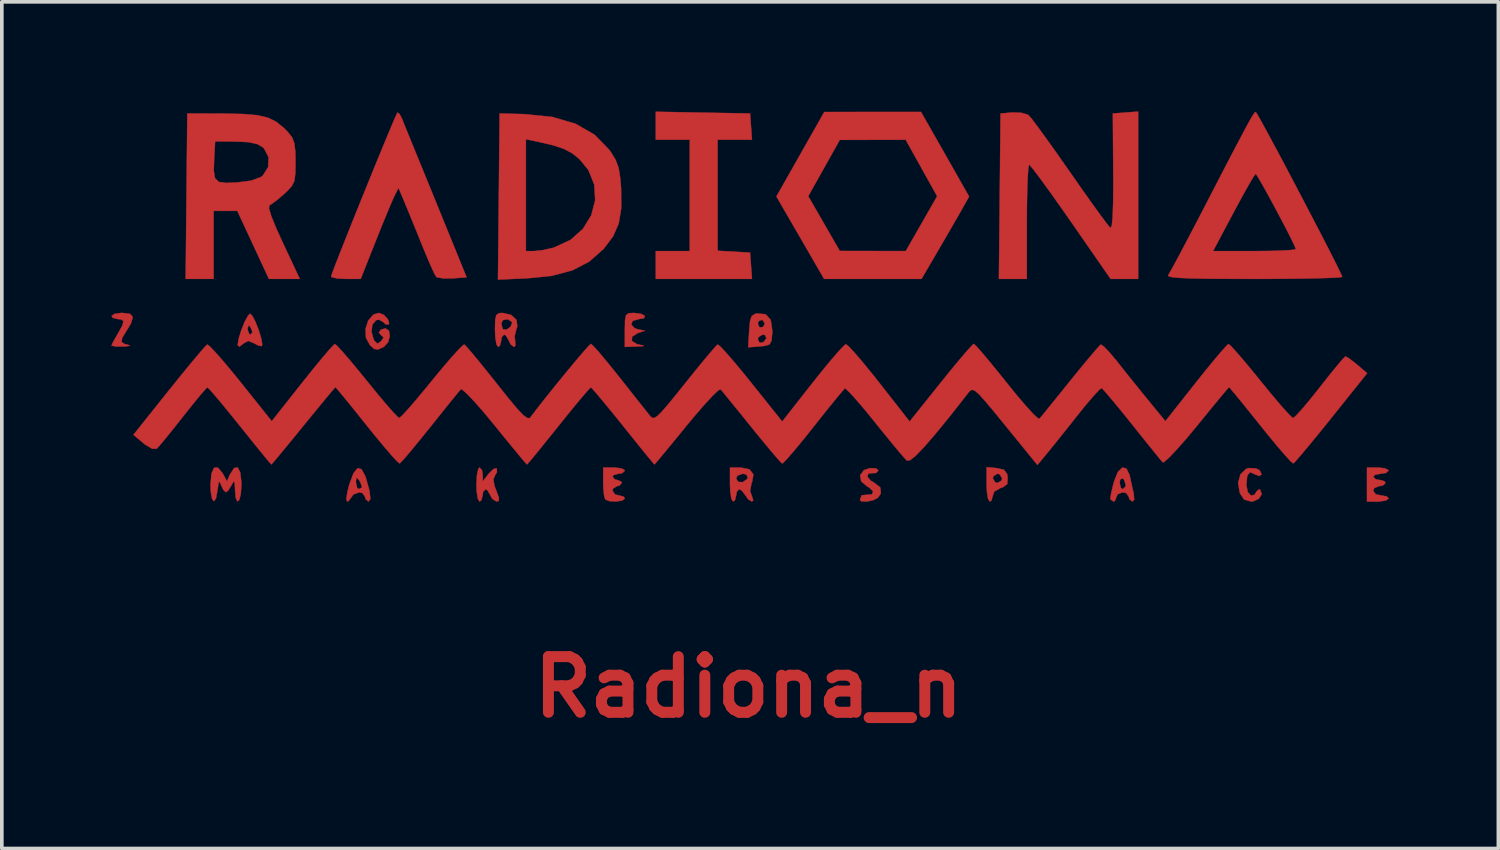
<source format=kicad_pcb>
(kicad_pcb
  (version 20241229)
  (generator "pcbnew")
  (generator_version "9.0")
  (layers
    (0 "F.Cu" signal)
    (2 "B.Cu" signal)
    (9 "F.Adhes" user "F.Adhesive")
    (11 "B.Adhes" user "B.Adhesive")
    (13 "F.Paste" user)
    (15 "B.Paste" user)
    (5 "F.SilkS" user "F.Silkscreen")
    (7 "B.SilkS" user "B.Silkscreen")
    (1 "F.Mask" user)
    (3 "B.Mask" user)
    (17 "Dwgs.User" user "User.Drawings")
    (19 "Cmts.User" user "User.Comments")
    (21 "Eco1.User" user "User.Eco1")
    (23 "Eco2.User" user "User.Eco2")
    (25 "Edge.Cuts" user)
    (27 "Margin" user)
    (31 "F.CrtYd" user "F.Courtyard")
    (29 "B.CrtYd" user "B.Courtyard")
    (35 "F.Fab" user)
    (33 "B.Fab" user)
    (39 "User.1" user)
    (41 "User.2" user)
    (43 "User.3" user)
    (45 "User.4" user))
  (footprint "Radiona_n"
    (layer "F.Cu")
    (at 17.446 5.264)
    (property "Reference" "Radiona_n" (at 0 10.5 0) (layer "F.Cu") (effects (font (size 1.524 1.524) (thickness 0.3))))
    (attr through_hole)
    (fp_poly (pts (xy -1.249 -5.23) (xy 0.042 -5.207) (xy 0.094 -4.487) (xy -0.847 -4.487) (xy -0.847 -1.448) (xy -0.402 -1.423) (xy 0.042 -1.397) (xy 0.094 -0.677) (xy -2.54 -0.677) (xy -2.54 -1.439) (xy -1.609 -1.439) (xy -1.609 -4.487) (xy -2.54 -4.487) (xy -2.54 -5.254) (xy -1.249 -5.23)) (stroke (width 0.01) (type solid)) (fill yes) (layer "F.Cu"))
    (fp_poly (pts (xy -2.942 0.28) (xy -2.836 0.339) (xy -2.866 0.401) (xy -3.001 0.423) (xy -3.172 0.471) (xy -3.213 0.573) (xy -3.118 0.674) (xy -3.027 0.703) (xy -2.836 0.741) (xy -3.027 0.803) (xy -3.188 0.904) (xy -3.196 1.021) (xy -3.055 1.11) (xy -2.985 1.125) (xy -2.865 1.148) (xy -2.899 1.163) (xy -3.069 1.173) (xy -3.387 1.185) (xy -3.387 0.72) (xy -3.382 0.453) (xy -3.354 0.315) (xy -3.28 0.262) (xy -3.138 0.254) (xy -3.138 0.254) (xy -2.942 0.28)) (stroke (width 0.01) (type solid)) (fill yes) (layer "F.Cu"))
    (fp_poly (pts (xy 3.493 4.512) (xy 3.556 4.57) (xy 3.489 4.638) (xy 3.417 4.639) (xy 3.277 4.655) (xy 3.256 4.742) (xy 3.352 4.852) (xy 3.427 4.894) (xy 3.606 5.031) (xy 3.623 5.196) (xy 3.539 5.317) (xy 3.414 5.382) (xy 3.243 5.417) (xy 3.097 5.415) (xy 3.048 5.376) (xy 3.1 5.246) (xy 3.231 5.234) (xy 3.384 5.221) (xy 3.409 5.138) (xy 3.3 5.032) (xy 3.251 5.007) (xy 3.085 4.867) (xy 3.056 4.7) (xy 3.158 4.559) (xy 3.323 4.503) (xy 3.493 4.512)) (stroke (width 0.01) (type solid)) (fill yes) (layer "F.Cu"))
    (fp_poly (pts (xy 13.898 4.514) (xy 13.995 4.563) (xy 14.048 4.674) (xy 13.984 4.722) (xy 13.858 4.669) (xy 13.73 4.614) (xy 13.655 4.711) (xy 13.631 4.966) (xy 13.631 4.967) (xy 13.669 5.16) (xy 13.758 5.256) (xy 13.858 5.232) (xy 13.909 5.144) (xy 13.98 5.082) (xy 14.011 5.098) (xy 14.051 5.221) (xy 13.97 5.344) (xy 13.809 5.415) (xy 13.759 5.419) (xy 13.568 5.363) (xy 13.452 5.186) (xy 13.405 4.909) (xy 13.469 4.672) (xy 13.626 4.524) (xy 13.706 4.501) (xy 13.898 4.514)) (stroke (width 0.01) (type solid)) (fill yes) (layer "F.Cu"))
    (fp_poly (pts (xy 17.426 4.509) (xy 17.523 4.561) (xy 17.526 4.572) (xy 17.454 4.636) (xy 17.314 4.657) (xy 17.155 4.686) (xy 17.103 4.741) (xy 17.174 4.81) (xy 17.272 4.826) (xy 17.41 4.861) (xy 17.441 4.911) (xy 17.37 4.979) (xy 17.272 4.995) (xy 17.134 5.048) (xy 17.103 5.122) (xy 17.176 5.224) (xy 17.314 5.249) (xy 17.473 5.278) (xy 17.526 5.334) (xy 17.452 5.39) (xy 17.269 5.418) (xy 17.23 5.419) (xy 16.933 5.419) (xy 16.933 4.487) (xy 17.23 4.487) (xy 17.426 4.509)) (stroke (width 0.01) (type solid)) (fill yes) (layer "F.Cu"))
    (fp_poly (pts (xy -16.934 0.28) (xy -16.859 0.37) (xy -16.912 0.545) (xy -17.018 0.72) (xy -17.147 0.931) (xy -17.171 1.046) (xy -17.089 1.104) (xy -16.997 1.126) (xy -16.934 1.151) (xy -17.034 1.169) (xy -17.124 1.174) (xy -17.328 1.172) (xy -17.436 1.152) (xy -17.441 1.145) (xy -17.401 1.054) (xy -17.302 0.878) (xy -17.272 0.828) (xy -17.144 0.599) (xy -17.116 0.476) (xy -17.187 0.429) (xy -17.272 0.423) (xy -17.41 0.388) (xy -17.441 0.339) (xy -17.367 0.283) (xy -17.184 0.255) (xy -17.145 0.254) (xy -16.934 0.28)) (stroke (width 0.01) (type solid)) (fill yes) (layer "F.Cu"))
    (fp_poly (pts (xy 6.795 4.503) (xy 6.992 4.548) (xy 7.078 4.66) (xy 7.096 4.76) (xy 7.084 4.94) (xy 6.962 5.028) (xy 6.906 5.044) (xy 6.729 5.145) (xy 6.689 5.259) (xy 6.651 5.391) (xy 6.604 5.419) (xy 6.558 5.342) (xy 6.527 5.144) (xy 6.519 4.948) (xy 6.519 4.784) (xy 6.689 4.784) (xy 6.756 4.896) (xy 6.816 4.911) (xy 6.928 4.843) (xy 6.943 4.784) (xy 6.875 4.671) (xy 6.816 4.657) (xy 6.703 4.724) (xy 6.689 4.784) (xy 6.519 4.784) (xy 6.519 4.477) (xy 6.795 4.503)) (stroke (width 0.01) (type solid)) (fill yes) (layer "F.Cu"))
    (fp_poly (pts (xy 5.381 -4.091) (xy 6.039 -2.932) (xy 5.845 -2.588) (xy 5.718 -2.366) (xy 5.535 -2.048) (xy 5.324 -1.685) (xy 5.193 -1.46) (xy 4.736 -0.677) (xy 2.069 -0.677) (xy 0.763 -2.934) (xy 0.768 -2.942) (xy 1.634 -2.942) (xy 2.066 -2.192) (xy 2.498 -1.443) (xy 3.401 -1.441) (xy 4.305 -1.439) (xy 4.735 -2.19) (xy 5.164 -2.941) (xy 4.734 -3.714) (xy 4.304 -4.487) (xy 3.401 -4.485) (xy 2.498 -4.483) (xy 2.066 -3.713) (xy 1.634 -2.942) (xy 0.768 -2.942) (xy 2.074 -5.248) (xy 3.398 -5.249) (xy 4.722 -5.249) (xy 5.381 -4.091)) (stroke (width 0.01) (type solid)) (fill yes) (layer "F.Cu"))
    (fp_poly (pts (xy -13.587 0.332) (xy -13.501 0.499) (xy -13.414 0.72) (xy -13.346 0.942) (xy -13.316 1.11) (xy -13.327 1.163) (xy -13.415 1.15) (xy -13.536 1.087) (xy -13.695 1.021) (xy -13.812 1.078) (xy -13.815 1.082) (xy -13.942 1.179) (xy -13.989 1.133) (xy -13.956 0.942) (xy -13.895 0.746) (xy -13.885 0.72) (xy -13.716 0.72) (xy -13.672 0.832) (xy -13.634 0.847) (xy -13.587 0.785) (xy -13.601 0.72) (xy -13.661 0.608) (xy -13.683 0.593) (xy -13.712 0.662) (xy -13.716 0.72) (xy -13.885 0.72) (xy -13.796 0.496) (xy -13.7 0.323) (xy -13.651 0.275) (xy -13.587 0.332)) (stroke (width 0.01) (type solid)) (fill yes) (layer "F.Cu"))
    (fp_poly (pts (xy -7.299 4.559) (xy -7.279 4.678) (xy -7.278 4.868) (xy -7.116 4.658) (xy -6.988 4.53) (xy -6.898 4.505) (xy -6.894 4.508) (xy -6.889 4.613) (xy -6.935 4.69) (xy -6.988 4.814) (xy -6.955 4.995) (xy -6.909 5.115) (xy -6.836 5.314) (xy -6.838 5.401) (xy -6.899 5.419) (xy -7.016 5.348) (xy -7.07 5.249) (xy -7.146 5.113) (xy -7.202 5.08) (xy -7.267 5.151) (xy -7.281 5.249) (xy -7.317 5.387) (xy -7.366 5.419) (xy -7.412 5.342) (xy -7.443 5.145) (xy -7.451 4.953) (xy -7.437 4.698) (xy -7.401 4.529) (xy -7.366 4.487) (xy -7.299 4.559)) (stroke (width 0.01) (type solid)) (fill yes) (layer "F.Cu"))
    (fp_poly (pts (xy -3.487 4.509) (xy -3.389 4.561) (xy -3.387 4.572) (xy -3.458 4.641) (xy -3.556 4.657) (xy -3.694 4.692) (xy -3.725 4.741) (xy -3.657 4.816) (xy -3.598 4.826) (xy -3.486 4.872) (xy -3.471 4.911) (xy -3.54 4.986) (xy -3.598 4.995) (xy -3.711 5.063) (xy -3.725 5.122) (xy -3.655 5.226) (xy -3.556 5.249) (xy -3.418 5.285) (xy -3.387 5.334) (xy -3.458 5.391) (xy -3.621 5.417) (xy -3.801 5.409) (xy -3.923 5.363) (xy -3.923 5.362) (xy -3.956 5.251) (xy -3.976 5.032) (xy -3.979 4.897) (xy -3.979 4.487) (xy -3.683 4.487) (xy -3.487 4.509)) (stroke (width 0.01) (type solid)) (fill yes) (layer "F.Cu"))
    (fp_poly (pts (xy -10.596 4.534) (xy -10.489 4.733) (xy -10.385 5.101) (xy -10.376 5.144) (xy -10.355 5.35) (xy -10.407 5.419) (xy -10.488 5.35) (xy -10.499 5.292) (xy -10.569 5.187) (xy -10.659 5.165) (xy -10.817 5.224) (xy -10.868 5.292) (xy -10.951 5.404) (xy -10.993 5.419) (xy -11.012 5.346) (xy -10.984 5.157) (xy -10.932 4.953) (xy -10.908 4.889) (xy -10.751 4.889) (xy -10.721 5.038) (xy -10.668 5.08) (xy -10.587 5.031) (xy -10.585 5.016) (xy -10.627 4.898) (xy -10.668 4.826) (xy -10.73 4.76) (xy -10.75 4.844) (xy -10.751 4.889) (xy -10.908 4.889) (xy -10.817 4.644) (xy -10.705 4.505) (xy -10.596 4.534)) (stroke (width 0.01) (type solid)) (fill yes) (layer "F.Cu"))
    (fp_poly (pts (xy 0.025 4.537) (xy 0.134 4.676) (xy 0.096 4.888) (xy 0.081 4.917) (xy 0.042 5.136) (xy 0.085 5.249) (xy 0.129 5.388) (xy 0.091 5.419) (xy -0.012 5.353) (xy -0.085 5.249) (xy -0.188 5.115) (xy -0.257 5.08) (xy -0.323 5.151) (xy -0.339 5.249) (xy -0.374 5.387) (xy -0.423 5.419) (xy -0.47 5.342) (xy -0.5 5.145) (xy -0.508 4.953) (xy -0.508 4.79) (xy -0.339 4.79) (xy -0.281 4.882) (xy -0.158 4.887) (xy -0.045 4.809) (xy -0.021 4.763) (xy -0.06 4.677) (xy -0.162 4.657) (xy -0.308 4.71) (xy -0.339 4.79) (xy -0.508 4.79) (xy -0.508 4.487) (xy -0.221 4.487) (xy 0.025 4.537)) (stroke (width 0.01) (type solid)) (fill yes) (layer "F.Cu"))
    (fp_poly (pts (xy -9.989 0.307) (xy -9.878 0.423) (xy -9.84 0.54) (xy -9.856 0.571) (xy -9.943 0.565) (xy -9.987 0.514) (xy -10.115 0.44) (xy -10.194 0.451) (xy -10.299 0.57) (xy -10.324 0.772) (xy -10.263 0.987) (xy -10.247 1.015) (xy -10.163 1.097) (xy -10.063 1.032) (xy -10.058 1.026) (xy -9.992 0.923) (xy -10.055 0.871) (xy -10.122 0.796) (xy -10.068 0.712) (xy -9.943 0.677) (xy -9.845 0.741) (xy -9.823 0.889) (xy -9.87 1.057) (xy -9.982 1.181) (xy -9.985 1.182) (xy -10.149 1.257) (xy -10.254 1.238) (xy -10.366 1.137) (xy -10.476 0.934) (xy -10.486 0.69) (xy -10.413 0.461) (xy -10.27 0.298) (xy -10.122 0.254) (xy -9.989 0.307)) (stroke (width 0.01) (type solid)) (fill yes) (layer "F.Cu"))
    (fp_poly (pts (xy 10.346 4.512) (xy 10.432 4.688) (xy 10.442 4.731) (xy 10.5 5) (xy 10.546 5.197) (xy 10.56 5.371) (xy 10.508 5.419) (xy 10.425 5.35) (xy 10.414 5.292) (xy 10.343 5.188) (xy 10.245 5.165) (xy 10.107 5.218) (xy 10.075 5.292) (xy 10.03 5.404) (xy 9.991 5.419) (xy 9.908 5.355) (xy 9.906 5.335) (xy 9.926 5.209) (xy 9.978 4.985) (xy 9.999 4.906) (xy 10.16 4.906) (xy 10.195 5.046) (xy 10.245 5.08) (xy 10.321 5.012) (xy 10.329 4.958) (xy 10.278 4.814) (xy 10.245 4.784) (xy 10.178 4.81) (xy 10.16 4.906) (xy 9.999 4.906) (xy 10.008 4.87) (xy 10.111 4.611) (xy 10.231 4.489) (xy 10.346 4.512)) (stroke (width 0.01) (type solid)) (fill yes) (layer "F.Cu"))
    (fp_poly (pts (xy -13.919 4.619) (xy -13.886 4.889) (xy -13.885 4.953) (xy -13.904 5.221) (xy -13.947 5.379) (xy -13.999 5.414) (xy -14.043 5.311) (xy -14.06 5.101) (xy -14.069 4.906) (xy -14.093 4.862) (xy -14.147 4.951) (xy -14.158 4.974) (xy -14.25 5.119) (xy -14.312 5.165) (xy -14.384 5.095) (xy -14.439 4.974) (xy -14.484 4.873) (xy -14.512 4.908) (xy -14.538 5.095) (xy -14.539 5.101) (xy -14.583 5.335) (xy -14.638 5.412) (xy -14.69 5.344) (xy -14.725 5.14) (xy -14.732 4.953) (xy -14.706 4.653) (xy -14.636 4.495) (xy -14.531 4.489) (xy -14.402 4.641) (xy -14.383 4.676) (xy -14.282 4.865) (xy -14.198 4.676) (xy -14.086 4.502) (xy -13.989 4.486) (xy -13.919 4.619)) (stroke (width 0.01) (type solid)) (fill yes) (layer "F.Cu"))
    (fp_poly (pts (xy 0.472 0.292) (xy 0.607 0.445) (xy 0.65 0.737) (xy 0.649 0.787) (xy 0.631 1.012) (xy 0.572 1.119) (xy 0.425 1.159) (xy 0.313 1.17) (xy -0.009 1.196) (xy 0.003 0.981) (xy 0.254 0.981) (xy 0.303 1.073) (xy 0.405 1.059) (xy 0.489 0.947) (xy 0.452 0.861) (xy 0.388 0.847) (xy 0.271 0.915) (xy 0.254 0.981) (xy 0.003 0.981) (xy 0.017 0.746) (xy 0.034 0.55) (xy 0.254 0.55) (xy 0.303 0.653) (xy 0.397 0.638) (xy 0.445 0.557) (xy 0.399 0.464) (xy 0.36 0.445) (xy 0.27 0.481) (xy 0.254 0.55) (xy 0.034 0.55) (xy 0.041 0.481) (xy 0.087 0.34) (xy 0.176 0.281) (xy 0.237 0.269) (xy 0.472 0.292)) (stroke (width 0.01) (type solid)) (fill yes) (layer "F.Cu"))
    (fp_poly (pts (xy -6.5 0.308) (xy -6.353 0.446) (xy -6.331 0.627) (xy -6.355 0.686) (xy -6.405 0.895) (xy -6.391 1.019) (xy -6.383 1.151) (xy -6.423 1.185) (xy -6.514 1.115) (xy -6.562 1.016) (xy -6.638 0.879) (xy -6.694 0.847) (xy -6.759 0.918) (xy -6.773 1.016) (xy -6.809 1.154) (xy -6.858 1.185) (xy -6.904 1.109) (xy -6.935 0.911) (xy -6.943 0.72) (xy -6.939 0.536) (xy -6.773 0.536) (xy -6.736 0.68) (xy -6.718 0.705) (xy -6.62 0.711) (xy -6.515 0.629) (xy -6.474 0.523) (xy -6.483 0.498) (xy -6.594 0.428) (xy -6.72 0.448) (xy -6.773 0.536) (xy -6.939 0.536) (xy -6.937 0.453) (xy -6.908 0.314) (xy -6.837 0.261) (xy -6.737 0.254) (xy -6.5 0.308)) (stroke (width 0.01) (type solid)) (fill yes) (layer "F.Cu"))
    (fp_poly (pts (xy 10.668 -0.677) (xy 9.914 -0.677) (xy 8.831 -2.24) (xy 8.515 -2.69) (xy 8.231 -3.09) (xy 7.991 -3.42) (xy 7.811 -3.659) (xy 7.704 -3.789) (xy 7.684 -3.806) (xy 7.663 -3.727) (xy 7.646 -3.505) (xy 7.632 -3.166) (xy 7.623 -2.737) (xy 7.62 -2.244) (xy 7.62 -0.677) (xy 6.855 -0.677) (xy 6.878 -2.942) (xy 6.9 -5.207) (xy 7.224 -5.234) (xy 7.466 -5.226) (xy 7.648 -5.174) (xy 7.668 -5.16) (xy 7.751 -5.063) (xy 7.913 -4.848) (xy 8.139 -4.538) (xy 8.412 -4.156) (xy 8.716 -3.723) (xy 8.808 -3.592) (xy 9.115 -3.152) (xy 9.393 -2.76) (xy 9.627 -2.436) (xy 9.801 -2.203) (xy 9.899 -2.082) (xy 9.912 -2.071) (xy 9.945 -2.131) (xy 9.969 -2.359) (xy 9.983 -2.752) (xy 9.988 -3.307) (xy 9.986 -3.612) (xy 9.975 -5.207) (xy 10.668 -5.259) (xy 10.668 -0.677)) (stroke (width 0.01) (type solid)) (fill yes) (layer "F.Cu"))
    (fp_poly (pts (xy -6.138 -5.189) (xy -5.374 -5.112) (xy -4.734 -4.924) (xy -4.214 -4.623) (xy -3.809 -4.207) (xy -3.773 -4.156) (xy -3.639 -3.936) (xy -3.557 -3.714) (xy -3.511 -3.428) (xy -3.489 -3.14) (xy -3.486 -2.611) (xy -3.555 -2.194) (xy -3.709 -1.841) (xy -3.964 -1.504) (xy -3.968 -1.499) (xy -4.359 -1.153) (xy -4.827 -0.91) (xy -5.396 -0.76) (xy -6.034 -0.696) (xy -6.861 -0.658) (xy -6.853 -1.439) (xy -6.096 -1.439) (xy -5.873 -1.439) (xy -5.642 -1.464) (xy -5.365 -1.525) (xy -5.322 -1.538) (xy -4.875 -1.745) (xy -4.533 -2.049) (xy -4.305 -2.422) (xy -4.199 -2.834) (xy -4.223 -3.256) (xy -4.386 -3.66) (xy -4.626 -3.954) (xy -4.825 -4.115) (xy -5.053 -4.237) (xy -5.354 -4.338) (xy -5.776 -4.435) (xy -5.821 -4.445) (xy -6.096 -4.501) (xy -6.096 -1.439) (xy -6.853 -1.439) (xy -6.838 -2.932) (xy -6.816 -5.207) (xy -6.138 -5.189)) (stroke (width 0.01) (type solid)) (fill yes) (layer "F.Cu"))
    (fp_poly (pts (xy -9.557 -5.196) (xy -9.492 -5.071) (xy -9.43 -4.915) (xy -9.319 -4.642) (xy -9.175 -4.289) (xy -9.014 -3.895) (xy -9.014 -3.895) (xy -8.818 -3.417) (xy -8.589 -2.855) (xy -8.356 -2.283) (xy -8.167 -1.82) (xy -7.72 -0.72) (xy -8.105 -0.693) (xy -8.35 -0.691) (xy -8.52 -0.717) (xy -8.554 -0.736) (xy -8.61 -0.839) (xy -8.713 -1.063) (xy -8.845 -1.374) (xy -8.959 -1.651) (xy -9.116 -2.041) (xy -9.267 -2.41) (xy -9.389 -2.706) (xy -9.442 -2.834) (xy -9.585 -3.17) (xy -9.691 -2.961) (xy -9.761 -2.805) (xy -9.878 -2.528) (xy -10.026 -2.169) (xy -10.188 -1.764) (xy -10.208 -1.714) (xy -10.62 -0.677) (xy -11.025 -0.677) (xy -11.261 -0.69) (xy -11.407 -0.722) (xy -11.43 -0.744) (xy -11.399 -0.838) (xy -11.314 -1.063) (xy -11.184 -1.396) (xy -11.019 -1.812) (xy -10.83 -2.286) (xy -10.626 -2.793) (xy -10.416 -3.31) (xy -10.212 -3.812) (xy -10.022 -4.274) (xy -9.857 -4.671) (xy -9.728 -4.979) (xy -9.642 -5.174) (xy -9.613 -5.232) (xy -9.557 -5.196)) (stroke (width 0.01) (type solid)) (fill yes) (layer "F.Cu"))
    (fp_poly (pts (xy -14.351 -5.203) (xy -13.834 -5.192) (xy -13.45 -5.159) (xy -13.162 -5.092) (xy -12.934 -4.981) (xy -12.729 -4.815) (xy -12.615 -4.7) (xy -12.5 -4.555) (xy -12.436 -4.392) (xy -12.409 -4.159) (xy -12.404 -3.881) (xy -12.409 -3.565) (xy -12.436 -3.362) (xy -12.506 -3.218) (xy -12.637 -3.076) (xy -12.707 -3.011) (xy -12.907 -2.84) (xy -13.067 -2.723) (xy -13.115 -2.698) (xy -13.132 -2.614) (xy -13.068 -2.396) (xy -12.922 -2.04) (xy -12.753 -1.67) (xy -12.287 -0.677) (xy -13.133 -0.677) (xy -13.998 -2.54) (xy -14.647 -2.54) (xy -14.647 -0.677) (xy -15.412 -0.677) (xy -15.39 -2.942) (xy -15.383 -3.644) (xy -14.643 -3.644) (xy -14.61 -3.435) (xy -14.505 -3.333) (xy -14.299 -3.305) (xy -14.016 -3.317) (xy -13.616 -3.368) (xy -13.358 -3.464) (xy -13.297 -3.509) (xy -13.153 -3.741) (xy -13.142 -4.009) (xy -13.266 -4.249) (xy -13.294 -4.277) (xy -13.453 -4.371) (xy -13.696 -4.422) (xy -14.035 -4.438) (xy -14.605 -4.445) (xy -14.631 -3.989) (xy -14.643 -3.644) (xy -15.383 -3.644) (xy -15.367 -5.207) (xy -14.351 -5.203)) (stroke (width 0.01) (type solid)) (fill yes) (layer "F.Cu"))
    (fp_poly (pts (xy 13.933 -5.177) (xy 14.046 -4.978) (xy 14.213 -4.672) (xy 14.422 -4.284) (xy 14.662 -3.835) (xy 14.919 -3.347) (xy 15.184 -2.843) (xy 15.443 -2.346) (xy 15.686 -1.878) (xy 15.9 -1.462) (xy 16.074 -1.119) (xy 16.195 -0.872) (xy 16.253 -0.744) (xy 16.256 -0.733) (xy 16.175 -0.719) (xy 15.946 -0.706) (xy 15.589 -0.695) (xy 15.127 -0.686) (xy 14.581 -0.68) (xy 13.971 -0.677) (xy 13.833 -0.677) (xy 13.108 -0.679) (xy 12.537 -0.683) (xy 12.107 -0.692) (xy 11.801 -0.705) (xy 11.606 -0.723) (xy 11.507 -0.747) (xy 11.489 -0.778) (xy 11.492 -0.783) (xy 11.554 -0.886) (xy 11.68 -1.117) (xy 11.853 -1.439) (xy 12.718 -1.439) (xy 13.852 -1.439) (xy 14.268 -1.443) (xy 14.615 -1.453) (xy 14.863 -1.469) (xy 14.981 -1.487) (xy 14.986 -1.492) (xy 14.949 -1.588) (xy 14.849 -1.795) (xy 14.704 -2.08) (xy 14.531 -2.408) (xy 14.35 -2.748) (xy 14.176 -3.066) (xy 14.029 -3.328) (xy 13.926 -3.502) (xy 13.885 -3.555) (xy 13.833 -3.484) (xy 13.717 -3.291) (xy 13.553 -3) (xy 13.357 -2.64) (xy 13.281 -2.497) (xy 12.718 -1.439) (xy 11.853 -1.439) (xy 11.86 -1.453) (xy 12.081 -1.872) (xy 12.33 -2.35) (xy 12.473 -2.625) (xy 12.837 -3.329) (xy 13.132 -3.897) (xy 13.364 -4.343) (xy 13.543 -4.681) (xy 13.674 -4.925) (xy 13.767 -5.089) (xy 13.828 -5.189) (xy 13.866 -5.237) (xy 13.886 -5.249) (xy 13.933 -5.177)) (stroke (width 0.01) (type solid)) (fill yes) (layer "F.Cu"))
    (fp_poly (pts (xy -4.245 1.164) (xy -4.091 1.336) (xy -3.876 1.593) (xy -3.619 1.911) (xy -3.547 2.001) (xy -3.273 2.348) (xy -3.027 2.659) (xy -2.833 2.903) (xy -2.716 3.051) (xy -2.704 3.065) (xy -2.65 3.121) (xy -2.588 3.132) (xy -2.503 3.084) (xy -2.376 2.96) (xy -2.19 2.744) (xy -1.927 2.421) (xy -1.739 2.186) (xy -1.451 1.828) (xy -1.198 1.52) (xy -1 1.285) (xy -0.876 1.146) (xy -0.845 1.118) (xy -0.774 1.173) (xy -0.618 1.339) (xy -0.395 1.595) (xy -0.125 1.92) (xy 0.069 2.161) (xy 0.922 3.228) (xy 1.752 2.171) (xy 2.04 1.811) (xy 2.295 1.503) (xy 2.498 1.27) (xy 2.63 1.135) (xy 2.667 1.111) (xy 2.745 1.173) (xy 2.907 1.348) (xy 3.133 1.612) (xy 3.402 1.942) (xy 3.581 2.168) (xy 4.411 3.228) (xy 5.262 2.164) (xy 5.552 1.805) (xy 5.807 1.498) (xy 6.007 1.265) (xy 6.134 1.128) (xy 6.167 1.101) (xy 6.236 1.164) (xy 6.39 1.338) (xy 6.611 1.601) (xy 6.879 1.93) (xy 7.064 2.161) (xy 7.351 2.515) (xy 7.603 2.81) (xy 7.802 3.027) (xy 7.929 3.143) (xy 7.963 3.156) (xy 8.035 3.069) (xy 8.192 2.876) (xy 8.415 2.601) (xy 8.682 2.27) (xy 8.805 2.117) (xy 9.085 1.772) (xy 9.329 1.478) (xy 9.516 1.258) (xy 9.628 1.136) (xy 9.648 1.12) (xy 9.725 1.17) (xy 9.874 1.325) (xy 10.066 1.552) (xy 10.106 1.603) (xy 10.366 1.931) (xy 10.67 2.309) (xy 10.952 2.656) (xy 10.959 2.664) (xy 11.414 3.219) (xy 12.247 2.164) (xy 12.534 1.805) (xy 12.787 1.498) (xy 12.985 1.266) (xy 13.11 1.13) (xy 13.142 1.105) (xy 13.214 1.166) (xy 13.37 1.338) (xy 13.593 1.597) (xy 13.861 1.921) (xy 14.019 2.117) (xy 14.305 2.467) (xy 14.558 2.766) (xy 14.756 2.989) (xy 14.881 3.114) (xy 14.911 3.133) (xy 14.989 3.069) (xy 15.147 2.897) (xy 15.363 2.641) (xy 15.615 2.326) (xy 15.643 2.29) (xy 15.894 1.971) (xy 16.109 1.707) (xy 16.265 1.523) (xy 16.341 1.445) (xy 16.344 1.444) (xy 16.431 1.491) (xy 16.594 1.614) (xy 16.664 1.672) (xy 16.938 1.905) (xy 15.955 3.133) (xy 15.642 3.521) (xy 15.363 3.861) (xy 15.138 4.13) (xy 14.983 4.309) (xy 14.915 4.376) (xy 14.846 4.319) (xy 14.692 4.151) (xy 14.47 3.893) (xy 14.202 3.568) (xy 14.017 3.339) (xy 13.731 2.982) (xy 13.485 2.677) (xy 13.295 2.446) (xy 13.182 2.312) (xy 13.158 2.286) (xy 13.101 2.348) (xy 12.956 2.52) (xy 12.741 2.78) (xy 12.474 3.106) (xy 12.275 3.351) (xy 11.981 3.704) (xy 11.721 3.999) (xy 11.515 4.215) (xy 11.381 4.333) (xy 11.342 4.346) (xy 11.267 4.258) (xy 11.108 4.062) (xy 10.884 3.785) (xy 10.617 3.452) (xy 10.498 3.302) (xy 10.221 2.957) (xy 9.979 2.664) (xy 9.794 2.446) (xy 9.685 2.326) (xy 9.666 2.311) (xy 9.595 2.367) (xy 9.443 2.531) (xy 9.232 2.778) (xy 8.994 3.073) (xy 8.724 3.414) (xy 8.468 3.735) (xy 8.258 3.995) (xy 8.144 4.135) (xy 7.909 4.417) (xy 7.033 3.339) (xy 6.709 2.942) (xy 6.473 2.661) (xy 6.309 2.48) (xy 6.198 2.384) (xy 6.123 2.358) (xy 6.066 2.385) (xy 6.021 2.437) (xy 5.528 3.064) (xy 5.126 3.557) (xy 4.811 3.922) (xy 4.579 4.163) (xy 4.423 4.288) (xy 4.339 4.3) (xy 4.249 4.204) (xy 4.076 4.001) (xy 3.842 3.718) (xy 3.569 3.382) (xy 3.462 3.248) (xy 3.187 2.91) (xy 2.947 2.629) (xy 2.764 2.427) (xy 2.656 2.327) (xy 2.637 2.321) (xy 2.568 2.396) (xy 2.414 2.581) (xy 2.194 2.851) (xy 1.928 3.184) (xy 1.777 3.375) (xy 1.497 3.726) (xy 1.252 4.022) (xy 1.062 4.241) (xy 0.946 4.362) (xy 0.921 4.377) (xy 0.852 4.309) (xy 0.698 4.132) (xy 0.477 3.869) (xy 0.211 3.546) (xy 0.083 3.387) (xy -0.199 3.038) (xy -0.445 2.735) (xy -0.634 2.502) (xy -0.746 2.366) (xy -0.765 2.343) (xy -0.836 2.381) (xy -0.993 2.532) (xy -1.217 2.775) (xy -1.489 3.09) (xy -1.694 3.337) (xy -1.986 3.695) (xy -2.239 4.001) (xy -2.432 4.235) (xy -2.55 4.374) (xy -2.577 4.403) (xy -2.632 4.34) (xy -2.775 4.167) (xy -2.987 3.906) (xy -3.249 3.58) (xy -3.434 3.349) (xy -3.722 2.992) (xy -3.973 2.686) (xy -4.168 2.454) (xy -4.289 2.319) (xy -4.318 2.293) (xy -4.382 2.355) (xy -4.533 2.528) (xy -4.751 2.789) (xy -5.017 3.116) (xy -5.202 3.347) (xy -5.489 3.704) (xy -5.736 4.01) (xy -5.926 4.242) (xy -6.041 4.377) (xy -6.067 4.403) (xy -6.125 4.34) (xy -6.27 4.168) (xy -6.485 3.907) (xy -6.752 3.581) (xy -6.949 3.337) (xy -7.241 2.983) (xy -7.5 2.688) (xy -7.705 2.472) (xy -7.838 2.355) (xy -7.877 2.342) (xy -7.952 2.431) (xy -8.111 2.626) (xy -8.335 2.904) (xy -8.602 3.237) (xy -8.721 3.387) (xy -8.999 3.731) (xy -9.24 4.024) (xy -9.425 4.242) (xy -9.535 4.361) (xy -9.553 4.376) (xy -9.623 4.319) (xy -9.777 4.151) (xy -9.998 3.893) (xy -10.267 3.568) (xy -10.451 3.339) (xy -10.737 2.982) (xy -10.984 2.677) (xy -11.173 2.446) (xy -11.287 2.312) (xy -11.311 2.286) (xy -11.368 2.348) (xy -11.512 2.52) (xy -11.727 2.78) (xy -11.994 3.105) (xy -12.189 3.344) (xy -12.479 3.701) (xy -12.73 4.006) (xy -12.923 4.238) (xy -13.04 4.375) (xy -13.066 4.403) (xy -13.122 4.34) (xy -13.266 4.167) (xy -13.478 3.906) (xy -13.742 3.579) (xy -13.929 3.346) (xy -14.218 2.988) (xy -14.469 2.682) (xy -14.665 2.451) (xy -14.787 2.316) (xy -14.817 2.291) (xy -14.882 2.354) (xy -15.03 2.526) (xy -15.237 2.78) (xy -15.483 3.089) (xy -15.489 3.097) (xy -15.741 3.416) (xy -15.961 3.688) (xy -16.125 3.884) (xy -16.208 3.974) (xy -16.332 3.972) (xy -16.529 3.853) (xy -16.57 3.82) (xy -16.842 3.591) (xy -15.865 2.367) (xy -15.552 1.978) (xy -15.273 1.638) (xy -15.046 1.367) (xy -14.889 1.186) (xy -14.82 1.118) (xy -14.748 1.173) (xy -14.59 1.339) (xy -14.366 1.595) (xy -14.096 1.919) (xy -13.904 2.156) (xy -13.055 3.219) (xy -12.221 2.164) (xy -11.934 1.805) (xy -11.682 1.498) (xy -11.484 1.265) (xy -11.359 1.13) (xy -11.326 1.105) (xy -11.255 1.166) (xy -11.098 1.338) (xy -10.876 1.597) (xy -10.608 1.921) (xy -10.449 2.117) (xy -10.164 2.467) (xy -9.913 2.765) (xy -9.716 2.989) (xy -9.594 3.114) (xy -9.565 3.133) (xy -9.491 3.07) (xy -9.331 2.898) (xy -9.106 2.638) (xy -8.835 2.313) (xy -8.673 2.114) (xy -8.385 1.765) (xy -8.133 1.471) (xy -7.936 1.254) (xy -7.813 1.135) (xy -7.783 1.119) (xy -7.711 1.191) (xy -7.555 1.373) (xy -7.333 1.642) (xy -7.065 1.975) (xy -6.893 2.191) (xy -6.572 2.594) (xy -6.336 2.876) (xy -6.171 3.05) (xy -6.062 3.131) (xy -5.995 3.135) (xy -5.976 3.117) (xy -5.775 2.855) (xy -5.53 2.544) (xy -5.261 2.209) (xy -4.99 1.877) (xy -4.738 1.574) (xy -4.528 1.327) (xy -4.38 1.16) (xy -4.316 1.101) (xy -4.245 1.164)) (stroke (width 0.01) (type solid)) (fill yes) (layer "F.Cu")))
  (gr_rect
    (start -3 -3)
    (end 37.977 20.182)
    (stroke (width 0.1) (type default))
    (fill no)
    (layer "Edge.Cuts")))
</source>
